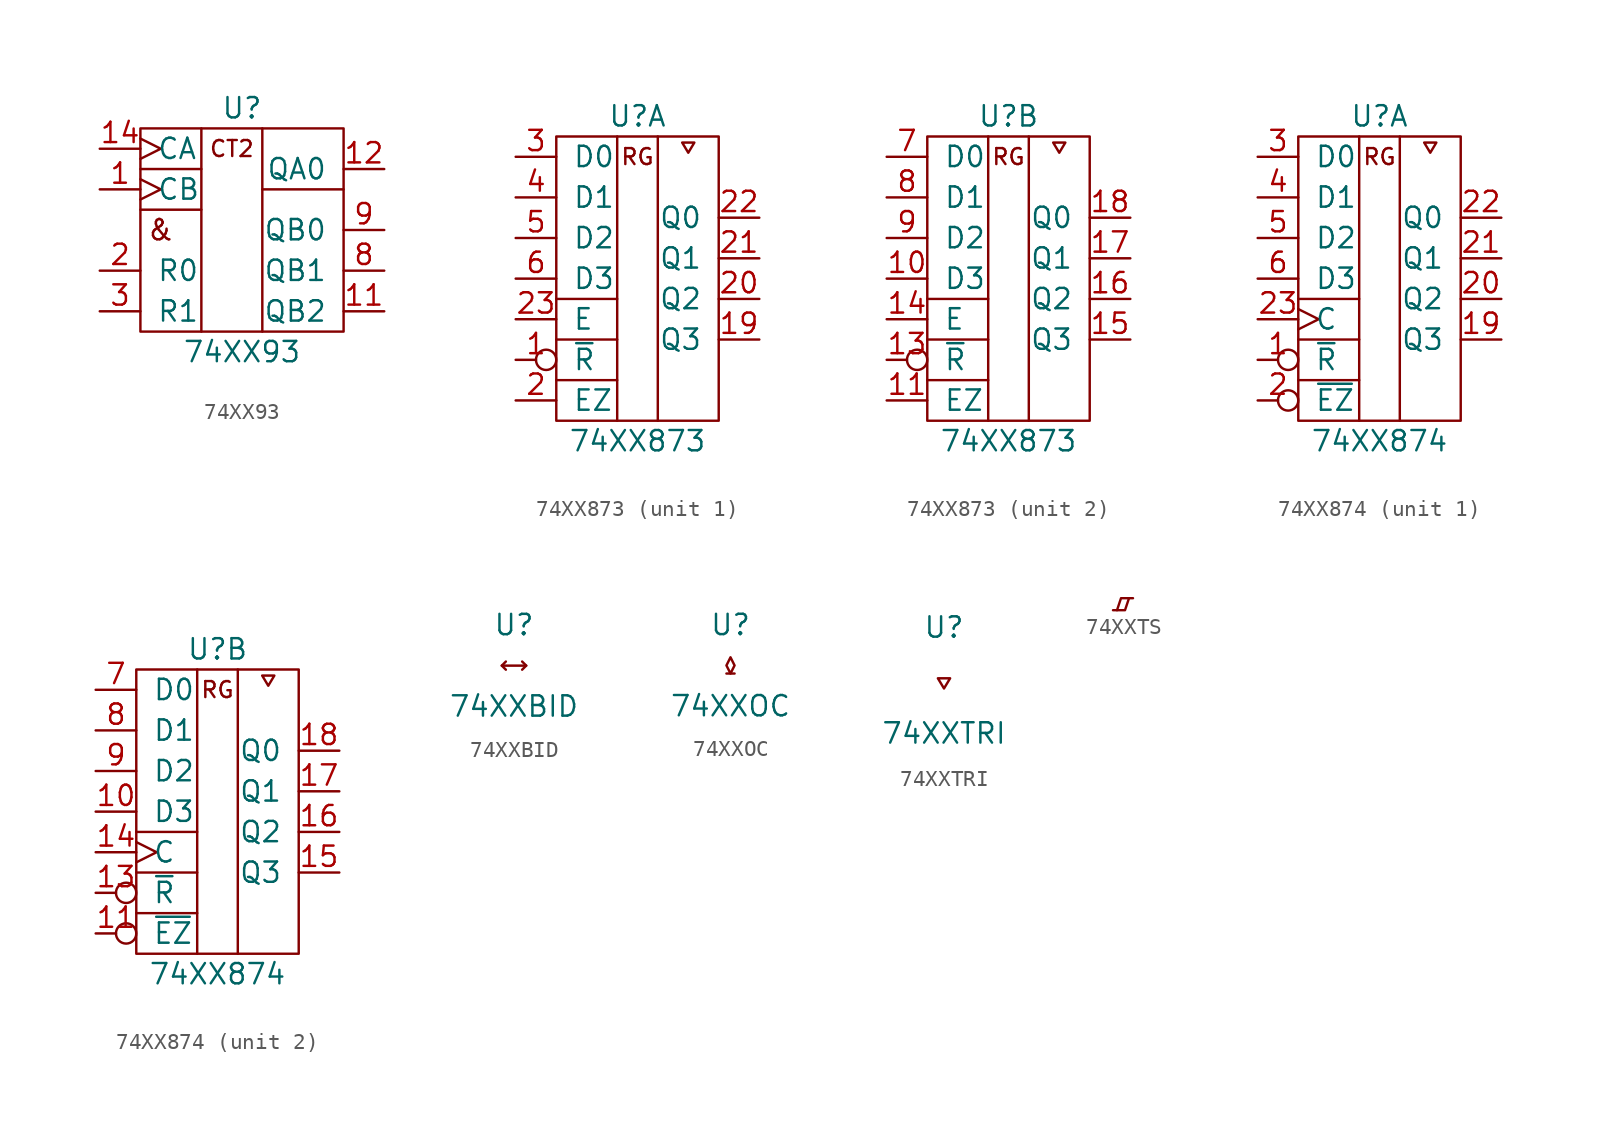
<source format=kicad_sym>
(kicad_symbol_lib
  (version 20211014)
  (generator kicad_symbol_editor)
  (symbol "74XX93"
    (pin_names
      (offset 1.016))
    (property "Reference" "U"
      (at 0 7.62 0)
      (effects (font (size 1.27 1.27))))
    (property "Value" "74XX93"
      (at 0 -7.62 0)
      (effects (font (size 1.27 1.27))))
    (symbol "74XX93_0_0"
      (polyline (pts (xy -6.35 3.81) (xy -2.54 3.81)) (stroke (width 0) (type default) (color 0 0 0 0)) (fill (type none)))
      (polyline (pts (xy 1.27 2.54) (xy 6.35 2.54)) (stroke (width 0) (type default) (color 0 0 0 0)) (fill (type none)))
      (text "&" (at -5.08 0 0) (effects (font (size 1.27 1.27)))))
    (symbol "74XX93_1_1"
      (rectangle (start -6.35 -6.35) (end 6.35 6.35) (stroke (width 0) (type default) (color 0 0 0 0)) (fill (type none)))
      (polyline (pts (xy -6.35 1.27) (xy -2.54 1.27)) (stroke (width 0) (type default) (color 0 0 0 0)) (fill (type none)))
      (polyline (pts (xy -2.54 -6.35) (xy -2.54 6.35)) (stroke (width 0) (type default) (color 0 0 0 0)) (fill (type none)))
      (polyline (pts (xy 1.27 -6.35) (xy 1.27 6.35)) (stroke (width 0) (type default) (color 0 0 0 0)) (fill (type none)))
      (text "CT2" (at -0.635 5.08 0) (effects (font (size 1 1))))
      (pin input clock (at -8.89 2.54 0) (length 2.54) (name "CB" (effects (font (size 1.27 1.27)))) (number "1" (effects (font (size 1.27 1.27)))))
      (pin power_in line (at 6.35 -6.35 180) (length 0) hide (name "GND" (effects (font (size 1.27 1.27)))) (number "10" (effects (font (size 1.27 1.27)))))
      (pin output line (at 8.89 -5.08 180) (length 2.54) (name "QB2" (effects (font (size 1.27 1.27)))) (number "11" (effects (font (size 1.27 1.27)))))
      (pin output line (at 8.89 3.81 180) (length 2.54) (name "QA0" (effects (font (size 1.27 1.27)))) (number "12" (effects (font (size 1.27 1.27)))))
      (pin input clock (at -8.89 5.08 0) (length 2.54) (name "CA" (effects (font (size 1.27 1.27)))) (number "14" (effects (font (size 1.27 1.27)))))
      (pin input line (at -8.89 -2.54 0) (length 2.54) (name "R0" (effects (font (size 1.27 1.27)))) (number "2" (effects (font (size 1.27 1.27)))))
      (pin input line (at -8.89 -5.08 0) (length 2.54) (name "R1" (effects (font (size 1.27 1.27)))) (number "3" (effects (font (size 1.27 1.27)))))
      (pin power_in line (at 6.35 6.35 180) (length 0) hide (name "VCC" (effects (font (size 1.27 1.27)))) (number "5" (effects (font (size 1.27 1.27)))))
      (pin output line (at 8.89 -2.54 180) (length 2.54) (name "QB1" (effects (font (size 1.27 1.27)))) (number "8" (effects (font (size 1.27 1.27)))))
      (pin output line (at 8.89 0 180) (length 2.54) (name "QB0" (effects (font (size 1.27 1.27)))) (number "9" (effects (font (size 1.27 1.27)))))))
  (symbol "74XX873"
    (pin_names
      (offset 1.016))
    (property "Reference" "U"
      (at 0 10.16 0)
      (effects (font (size 1.27 1.27))))
    (property "Value" "74XX873"
      (at 0 -10.16 0)
      (effects (font (size 1.27 1.27))))
    (symbol "74XX873_0_0"
      (text "RG" (at 0 7.62 0) (effects (font (size 1 1)))))
    (symbol "74XX873_0_1"
      (rectangle (start -5.08 -8.89) (end 5.08 8.89) (stroke (width 0) (type default) (color 0 0 0 0)) (fill (type none)))
      (polyline (pts (xy -5.08 -6.35) (xy -1.27 -6.35)) (stroke (width 0) (type default) (color 0 0 0 0)) (fill (type none)))
      (polyline (pts (xy -5.08 -3.81) (xy -1.27 -3.81)) (stroke (width 0) (type default) (color 0 0 0 0)) (fill (type none)))
      (polyline (pts (xy -5.08 -1.27) (xy -1.27 -1.27)) (stroke (width 0) (type default) (color 0 0 0 0)) (fill (type none)))
      (polyline (pts (xy -1.27 8.89) (xy -1.27 -8.89)) (stroke (width 0) (type default) (color 0 0 0 0)) (fill (type none)))
      (polyline (pts (xy 1.27 -8.89) (xy 1.27 8.89)) (stroke (width 0) (type default) (color 0 0 0 0)) (fill (type none)))
      (polyline (pts (xy 3.175 7.874) (xy 2.794 8.509) (xy 3.556 8.509) (xy 3.175 7.874)) (stroke (width 0) (type default) (color 0 0 0 0)) (fill (type none)))
      (pin power_in line (at 5.08 -8.89 180) (length 0) hide (name "GND" (effects (font (size 1.27 1.27)))) (number "12" (effects (font (size 1.27 1.27)))))
      (pin power_in line (at 5.08 8.89 180) (length 0) hide (name "VCC" (effects (font (size 1.27 1.27)))) (number "24" (effects (font (size 1.27 1.27))))))
    (symbol "74XX873_1_1"
      (pin input inverted (at -7.62 -5.08 0) (length 2.54) (name "~{R}" (effects (font (size 1.27 1.27)))) (number "1" (effects (font (size 1.27 1.27)))))
      (pin tri_state line (at 7.62 -3.81 180) (length 2.54) (name "Q3" (effects (font (size 1.27 1.27)))) (number "19" (effects (font (size 1.27 1.27)))))
      (pin input line (at -7.62 -7.62 0) (length 2.54) (name "EZ" (effects (font (size 1.27 1.27)))) (number "2" (effects (font (size 1.27 1.27)))))
      (pin tri_state line (at 7.62 -1.27 180) (length 2.54) (name "Q2" (effects (font (size 1.27 1.27)))) (number "20" (effects (font (size 1.27 1.27)))))
      (pin tri_state line (at 7.62 1.27 180) (length 2.54) (name "Q1" (effects (font (size 1.27 1.27)))) (number "21" (effects (font (size 1.27 1.27)))))
      (pin tri_state line (at 7.62 3.81 180) (length 2.54) (name "Q0" (effects (font (size 1.27 1.27)))) (number "22" (effects (font (size 1.27 1.27)))))
      (pin input line (at -7.62 -2.54 0) (length 2.54) (name "E" (effects (font (size 1.27 1.27)))) (number "23" (effects (font (size 1.27 1.27)))))
      (pin input line (at -7.62 7.62 0) (length 2.54) (name "D0" (effects (font (size 1.27 1.27)))) (number "3" (effects (font (size 1.27 1.27)))))
      (pin input line (at -7.62 5.08 0) (length 2.54) (name "D1" (effects (font (size 1.27 1.27)))) (number "4" (effects (font (size 1.27 1.27)))))
      (pin input line (at -7.62 2.54 0) (length 2.54) (name "D2" (effects (font (size 1.27 1.27)))) (number "5" (effects (font (size 1.27 1.27)))))
      (pin input line (at -7.62 0 0) (length 2.54) (name "D3" (effects (font (size 1.27 1.27)))) (number "6" (effects (font (size 1.27 1.27))))))
    (symbol "74XX873_2_1"
      (pin input line (at -7.62 0 0) (length 2.54) (name "D3" (effects (font (size 1.27 1.27)))) (number "10" (effects (font (size 1.27 1.27)))))
      (pin input line (at -7.62 -7.62 0) (length 2.54) (name "EZ" (effects (font (size 1.27 1.27)))) (number "11" (effects (font (size 1.27 1.27)))))
      (pin input inverted (at -7.62 -5.08 0) (length 2.54) (name "~{R}" (effects (font (size 1.27 1.27)))) (number "13" (effects (font (size 1.27 1.27)))))
      (pin input line (at -7.62 -2.54 0) (length 2.54) (name "E" (effects (font (size 1.27 1.27)))) (number "14" (effects (font (size 1.27 1.27)))))
      (pin tri_state line (at 7.62 -3.81 180) (length 2.54) (name "Q3" (effects (font (size 1.27 1.27)))) (number "15" (effects (font (size 1.27 1.27)))))
      (pin tri_state line (at 7.62 -1.27 180) (length 2.54) (name "Q2" (effects (font (size 1.27 1.27)))) (number "16" (effects (font (size 1.27 1.27)))))
      (pin tri_state line (at 7.62 1.27 180) (length 2.54) (name "Q1" (effects (font (size 1.27 1.27)))) (number "17" (effects (font (size 1.27 1.27)))))
      (pin tri_state line (at 7.62 3.81 180) (length 2.54) (name "Q0" (effects (font (size 1.27 1.27)))) (number "18" (effects (font (size 1.27 1.27)))))
      (pin input line (at -7.62 7.62 0) (length 2.54) (name "D0" (effects (font (size 1.27 1.27)))) (number "7" (effects (font (size 1.27 1.27)))))
      (pin input line (at -7.62 5.08 0) (length 2.54) (name "D1" (effects (font (size 1.27 1.27)))) (number "8" (effects (font (size 1.27 1.27)))))
      (pin input line (at -7.62 2.54 0) (length 2.54) (name "D2" (effects (font (size 1.27 1.27)))) (number "9" (effects (font (size 1.27 1.27)))))))
  (symbol "74XX874"
    (pin_names
      (offset 1.016))
    (property "Reference" "U"
      (at 0 10.16 0)
      (effects (font (size 1.27 1.27))))
    (property "Value" "74XX874"
      (at 0 -10.16 0)
      (effects (font (size 1.27 1.27))))
    (symbol "74XX874_0_0"
      (text "RG" (at 0 7.62 0) (effects (font (size 1 1)))))
    (symbol "74XX874_0_1"
      (rectangle (start -5.08 -8.89) (end 5.08 8.89) (stroke (width 0) (type default) (color 0 0 0 0)) (fill (type none)))
      (polyline (pts (xy -5.08 -6.35) (xy -1.27 -6.35)) (stroke (width 0) (type default) (color 0 0 0 0)) (fill (type none)))
      (polyline (pts (xy -5.08 -3.81) (xy -1.27 -3.81)) (stroke (width 0) (type default) (color 0 0 0 0)) (fill (type none)))
      (polyline (pts (xy -5.08 -1.27) (xy -1.27 -1.27)) (stroke (width 0) (type default) (color 0 0 0 0)) (fill (type none)))
      (polyline (pts (xy -1.27 8.89) (xy -1.27 -8.89)) (stroke (width 0) (type default) (color 0 0 0 0)) (fill (type none)))
      (polyline (pts (xy 1.27 -8.89) (xy 1.27 8.89)) (stroke (width 0) (type default) (color 0 0 0 0)) (fill (type none)))
      (polyline (pts (xy 3.175 7.874) (xy 2.794 8.509) (xy 3.556 8.509) (xy 3.175 7.874)) (stroke (width 0) (type default) (color 0 0 0 0)) (fill (type none)))
      (pin power_in line (at 5.08 -8.89 180) (length 0) hide (name "GND" (effects (font (size 1.27 1.27)))) (number "12" (effects (font (size 1.27 1.27)))))
      (pin power_in line (at 5.08 8.89 180) (length 0) hide (name "VCC" (effects (font (size 1.27 1.27)))) (number "24" (effects (font (size 1.27 1.27))))))
    (symbol "74XX874_1_1"
      (pin input inverted (at -7.62 -5.08 0) (length 2.54) (name "~{R}" (effects (font (size 1.27 1.27)))) (number "1" (effects (font (size 1.27 1.27)))))
      (pin tri_state line (at 7.62 -3.81 180) (length 2.54) (name "Q3" (effects (font (size 1.27 1.27)))) (number "19" (effects (font (size 1.27 1.27)))))
      (pin input inverted (at -7.62 -7.62 0) (length 2.54) (name "~{EZ}" (effects (font (size 1.27 1.27)))) (number "2" (effects (font (size 1.27 1.27)))))
      (pin tri_state line (at 7.62 -1.27 180) (length 2.54) (name "Q2" (effects (font (size 1.27 1.27)))) (number "20" (effects (font (size 1.27 1.27)))))
      (pin tri_state line (at 7.62 1.27 180) (length 2.54) (name "Q1" (effects (font (size 1.27 1.27)))) (number "21" (effects (font (size 1.27 1.27)))))
      (pin tri_state line (at 7.62 3.81 180) (length 2.54) (name "Q0" (effects (font (size 1.27 1.27)))) (number "22" (effects (font (size 1.27 1.27)))))
      (pin input clock (at -7.62 -2.54 0) (length 2.54) (name "C" (effects (font (size 1.27 1.27)))) (number "23" (effects (font (size 1.27 1.27)))))
      (pin input line (at -7.62 7.62 0) (length 2.54) (name "D0" (effects (font (size 1.27 1.27)))) (number "3" (effects (font (size 1.27 1.27)))))
      (pin input line (at -7.62 5.08 0) (length 2.54) (name "D1" (effects (font (size 1.27 1.27)))) (number "4" (effects (font (size 1.27 1.27)))))
      (pin input line (at -7.62 2.54 0) (length 2.54) (name "D2" (effects (font (size 1.27 1.27)))) (number "5" (effects (font (size 1.27 1.27)))))
      (pin input line (at -7.62 0 0) (length 2.54) (name "D3" (effects (font (size 1.27 1.27)))) (number "6" (effects (font (size 1.27 1.27))))))
    (symbol "74XX874_2_1"
      (pin input line (at -7.62 0 0) (length 2.54) (name "D3" (effects (font (size 1.27 1.27)))) (number "10" (effects (font (size 1.27 1.27)))))
      (pin input inverted (at -7.62 -7.62 0) (length 2.54) (name "~{EZ}" (effects (font (size 1.27 1.27)))) (number "11" (effects (font (size 1.27 1.27)))))
      (pin input inverted (at -7.62 -5.08 0) (length 2.54) (name "~{R}" (effects (font (size 1.27 1.27)))) (number "13" (effects (font (size 1.27 1.27)))))
      (pin input clock (at -7.62 -2.54 0) (length 2.54) (name "C" (effects (font (size 1.27 1.27)))) (number "14" (effects (font (size 1.27 1.27)))))
      (pin tri_state line (at 7.62 -3.81 180) (length 2.54) (name "Q3" (effects (font (size 1.27 1.27)))) (number "15" (effects (font (size 1.27 1.27)))))
      (pin tri_state line (at 7.62 -1.27 180) (length 2.54) (name "Q2" (effects (font (size 1.27 1.27)))) (number "16" (effects (font (size 1.27 1.27)))))
      (pin tri_state line (at 7.62 1.27 180) (length 2.54) (name "Q1" (effects (font (size 1.27 1.27)))) (number "17" (effects (font (size 1.27 1.27)))))
      (pin tri_state line (at 7.62 3.81 180) (length 2.54) (name "Q0" (effects (font (size 1.27 1.27)))) (number "18" (effects (font (size 1.27 1.27)))))
      (pin input line (at -7.62 7.62 0) (length 2.54) (name "D0" (effects (font (size 1.27 1.27)))) (number "7" (effects (font (size 1.27 1.27)))))
      (pin input line (at -7.62 5.08 0) (length 2.54) (name "D1" (effects (font (size 1.27 1.27)))) (number "8" (effects (font (size 1.27 1.27)))))
      (pin input line (at -7.62 2.54 0) (length 2.54) (name "D2" (effects (font (size 1.27 1.27)))) (number "9" (effects (font (size 1.27 1.27)))))))
  (symbol "74XXBID"
    (pin_names
      (offset 1.016))
    (property "Reference" "U"
      (at 0 2.54 0)
      (effects (font (size 1.27 1.27))))
    (property "Value" "74XXBID"
      (at 0 -2.54 0)
      (effects (font (size 1.27 1.27))))
    (symbol "74XXBID_0_1"
      (polyline (pts (xy -0.762 0) (xy 0.762 0)) (stroke (width 0) (type default) (color 0 0 0 0)) (fill (type none)))
      (polyline (pts (xy -0.508 0.254) (xy -0.762 0) (xy -0.508 -0.254)) (stroke (width 0) (type default) (color 0 0 0 0)) (fill (type none)))
      (polyline (pts (xy 0.508 0.254) (xy 0.762 0) (xy 0.508 -0.254)) (stroke (width 0) (type default) (color 0 0 0 0)) (fill (type none)))))
  (symbol "74XXOC"
    (pin_names
      (offset 1.016))
    (property "Reference" "U"
      (at 0 2.54 0)
      (effects (font (size 1.27 1.27))))
    (property "Value" "74XXOC"
      (at 0 -2.54 0)
      (effects (font (size 1.27 1.27))))
    (symbol "74XXOC_1_1"
      (polyline (pts (xy -0.254 -0.508) (xy 0.254 -0.508)) (stroke (width 0) (type default) (color 0 0 0 0)) (fill (type none)))
      (polyline (pts (xy 0 0.508) (xy -0.254 0) (xy 0 -0.508) (xy 0.254 0) (xy 0 0.508)) (stroke (width 0) (type default) (color 0 0 0 0)) (fill (type none)))))
  (symbol "74XXTRI"
    (pin_names
      (offset 1.016))
    (property "Reference" "U"
      (at 0 3.429 0)
      (effects (font (size 1.27 1.27))))
    (property "Value" "74XXTRI"
      (at 0 -3.175 0)
      (effects (font (size 1.27 1.27))))
    (symbol "74XXTRI_0_1"
      (polyline (pts (xy 0 -0.381) (xy -0.381 0.254) (xy 0.381 0.254) (xy 0 -0.381)) (stroke (width 0) (type default) (color 0 0 0 0)) (fill (type none)))))
  (symbol "74XXTS"
    (pin_names
      (offset 1.016))
    (property "Reference" "U"
      (at 0 2.54 0)
      (effects (font (size 1.27 1.27)) hide))
    (symbol "74XXTS_1_1"
      (polyline (pts (xy -0.635 -0.381) (xy 0.127 -0.381) (xy 0.381 0.381)) (stroke (width 0) (type default) (color 0 0 0 0)) (fill (type none)))
      (polyline (pts (xy -0.381 -0.381) (xy -0.127 0.381) (xy 0.635 0.381)) (stroke (width 0) (type default) (color 0 0 0 0)) (fill (type none))))))
</source>
